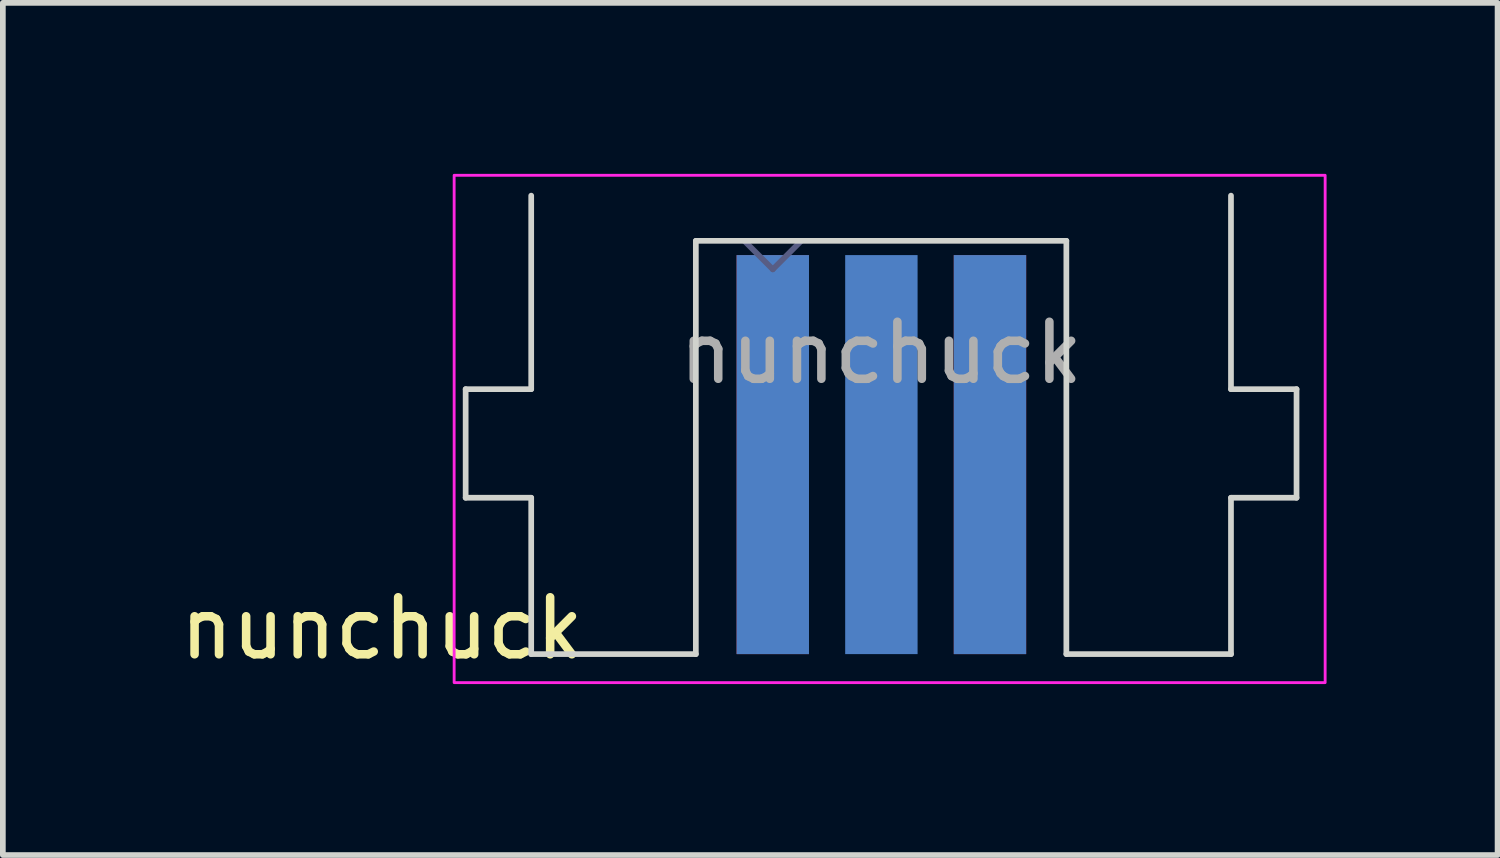
<source format=kicad_pcb>
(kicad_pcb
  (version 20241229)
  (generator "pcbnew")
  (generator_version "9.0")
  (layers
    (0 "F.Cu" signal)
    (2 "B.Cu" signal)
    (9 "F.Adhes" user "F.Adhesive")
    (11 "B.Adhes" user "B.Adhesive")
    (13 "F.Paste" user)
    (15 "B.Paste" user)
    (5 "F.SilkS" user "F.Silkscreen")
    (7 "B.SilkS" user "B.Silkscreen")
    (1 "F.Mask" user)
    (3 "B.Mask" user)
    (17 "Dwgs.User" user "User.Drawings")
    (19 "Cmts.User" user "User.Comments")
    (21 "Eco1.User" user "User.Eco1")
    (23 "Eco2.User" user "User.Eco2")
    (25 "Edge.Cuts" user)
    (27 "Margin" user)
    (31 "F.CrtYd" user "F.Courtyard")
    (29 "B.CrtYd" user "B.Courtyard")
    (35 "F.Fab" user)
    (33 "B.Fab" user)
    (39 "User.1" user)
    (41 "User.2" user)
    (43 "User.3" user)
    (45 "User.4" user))
  (footprint "nunchuck"
    (layer "F.Cu")
    (at 10.507 4.925)
    (property "Reference" "nunchuck" (at -6.858 3.048 0) (layer "F.SilkS") (effects (font (size 1 1) (thickness 0.15))))
    (attr exclude_from_pos_files exclude_from_bom allow_soldermask_bridges)
    (fp_poly (pts (xy 5.15 -3.75) (xy 5.15 3.5) (xy -1.35 3.5) (xy -1.35 -3.75)) (stroke (width 0.1) (type solid)) (fill yes) (layer "F.Mask"))
    (fp_poly (pts (xy 5.15 -3.75) (xy 5.15 3.5) (xy -1.35 3.5) (xy -1.35 -3.75)) (stroke (width 0.1) (type solid)) (fill yes) (layer "B.Mask"))
    (fp_line (start -5.388 0.757) (end -5.388 -1.148) (stroke (width 0.1) (type solid)) (layer "Edge.Cuts"))
    (fp_line (start -4.238 -1.148) (end -5.388 -1.148) (stroke (width 0.1) (type solid)) (layer "Edge.Cuts"))
    (fp_line (start -4.238 -1.148) (end -4.238 -4.543) (stroke (width 0.1) (type solid)) (layer "Edge.Cuts"))
    (fp_line (start -4.238 0.757) (end -5.388 0.757) (stroke (width 0.1) (type solid)) (layer "Edge.Cuts"))
    (fp_line (start -4.238 3.5) (end -4.238 0.757) (stroke (width 0.1) (type solid)) (layer "Edge.Cuts"))
    (fp_line (start -1.35 -3.75) (end 5.15 -3.75) (stroke (width 0.1) (type solid)) (layer "Edge.Cuts"))
    (fp_line (start -1.35 3.5) (end -4.238 3.5) (stroke (width 0.1) (type solid)) (layer "Edge.Cuts"))
    (fp_line (start -1.35 3.5) (end -1.35 -3.75) (stroke (width 0.1) (type solid)) (layer "Edge.Cuts"))
    (fp_line (start 5.15 -3.75) (end 5.15 3.5) (stroke (width 0.1) (type solid)) (layer "Edge.Cuts"))
    (fp_line (start 5.15 3.5) (end 8.038 3.5) (stroke (width 0.1) (type solid)) (layer "Edge.Cuts"))
    (fp_line (start 8.038 -1.148) (end 8.038 -4.543) (stroke (width 0.1) (type solid)) (layer "Edge.Cuts"))
    (fp_line (start 8.038 -1.148) (end 9.188 -1.148) (stroke (width 0.1) (type solid)) (layer "Edge.Cuts"))
    (fp_line (start 8.038 0.757) (end 9.188 0.757) (stroke (width 0.1) (type solid)) (layer "Edge.Cuts"))
    (fp_line (start 8.038 3.5) (end 8.038 0.757) (stroke (width 0.1) (type solid)) (layer "Edge.Cuts"))
    (fp_line (start 9.188 0.757) (end 9.188 -1.148) (stroke (width 0.1) (type solid)) (layer "Edge.Cuts"))
    (fp_rect (start -5.59 -4.9) (end 9.69 4) (stroke (width 0.05) (type default)) (fill no) (layer "F.CrtYd"))
    (fp_line (start -0.5 -3.75) (end 0 -3.25) (stroke (width 0.1) (type default)) (layer "B.Fab"))
    (fp_line (start 0 -3.25) (end 0.5 -3.75) (stroke (width 0.1) (type default)) (layer "B.Fab"))
    (fp_text user "${REFERENCE}" (at 1.9 -1.2 0) (layer "F.Fab") (effects (font (size 1 1) (thickness 0.15)) (justify bottom)))
    (pad "1" connect rect (at 0 0) (size 1.27 7) (layers "F.Mask" "B.Cu"))
    (pad "1" connect rect (at 1.905 0) (size 1.27 7) (layers "F.Mask" "B.Cu"))
    (pad "2" connect rect (at 3.81 0) (size 1.27 7) (layers "F.Cu" "F.Mask"))
    (pad "3" connect rect (at 3.81 0) (size 1.27 7) (layers "F.Mask" "B.Cu"))
    (pad "4" connect rect (at 0 0) (size 1.27 7) (layers "F.Cu" "F.Mask")))
  (gr_rect
    (start -3 -3)
    (end 23.222 11.95)
    (stroke (width 0.1) (type default))
    (fill no)
    (layer "Edge.Cuts")))
</source>
